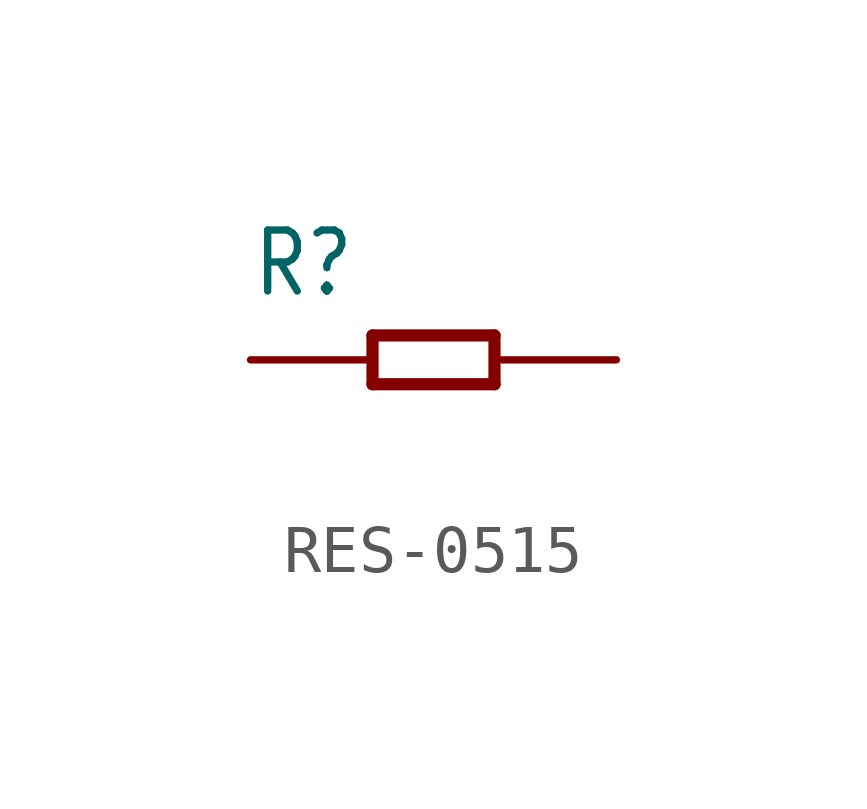
<source format=kicad_sym>
(kicad_symbol_lib
  (version 20220914)
  (generator kicad_symbol_editor)
  (symbol "RES-0515"
    (property "Reference" "R"
      (at -3.81 1.27 0)
      (effects (font (size 1.27 1.079)) (justify left bottom)))
    (property "Value" ""
      (at -3.81 -2.54 0)
      (effects (font (size 1.27 1.079)) (justify left bottom)))
    (property "ki_locked" ""
      (at 0 0 0)
      (effects (font (size 1.27 1.27))))
    (symbol "RES-0515_1_0"
      (polyline (pts (xy -1.27 -0.508) (xy -1.27 0.508)) (stroke (width 0.254) (type solid)) (fill (type none)))
      (polyline (pts (xy -1.27 0.508) (xy 1.27 0.508)) (stroke (width 0.254) (type solid)) (fill (type none)))
      (polyline (pts (xy 1.27 -0.508) (xy -1.27 -0.508)) (stroke (width 0.254) (type solid)) (fill (type none)))
      (polyline (pts (xy 1.27 0.508) (xy 1.27 -0.508)) (stroke (width 0.254) (type solid)) (fill (type none)))
      (pin passive line (at -3.81 0 0) (length 2.54) (name "1" (effects (font (size 0 0)))) (number "P$1" (effects (font (size 0 0)))))
      (pin passive line (at 3.81 0 180) (length 2.54) (name "2" (effects (font (size 0 0)))) (number "P$2" (effects (font (size 0 0))))))))
</source>
